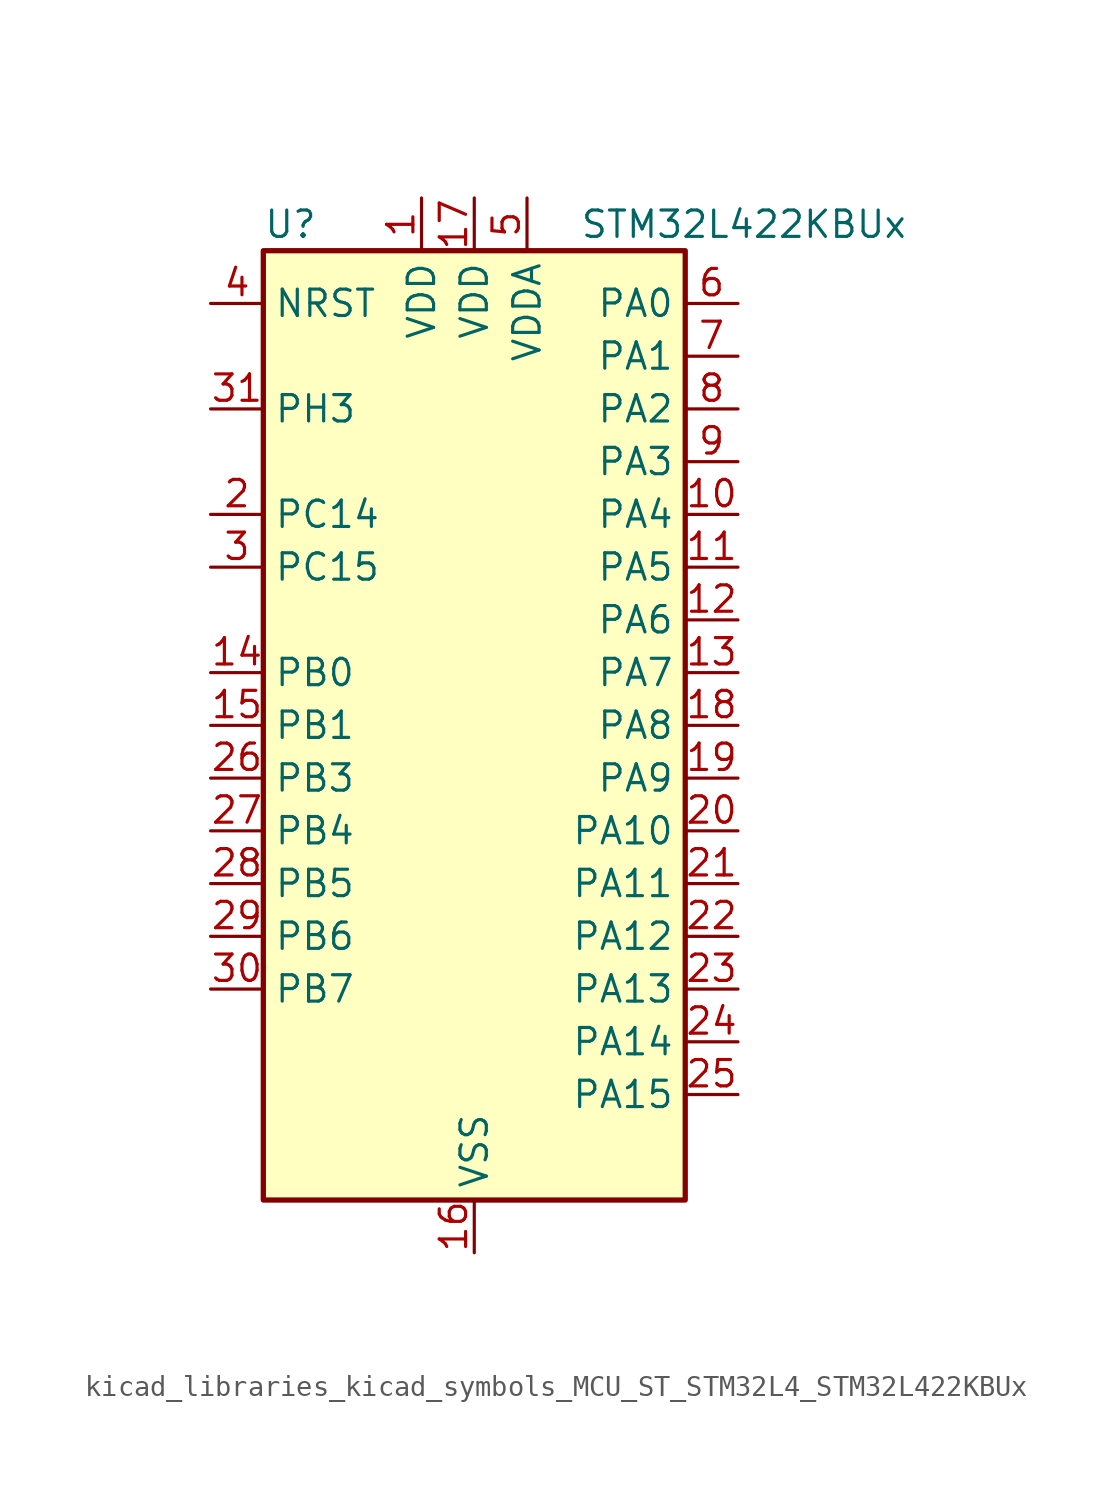
<source format=kicad_sym>
(kicad_symbol_lib
  (version 20220914)
  (generator kicad_symbol_editor)
  (symbol "kicad_libraries_kicad_symbols_MCU_ST_STM32L4_STM32L422KBUx"
    (property "Reference" "U"
      (at -10.16 24.13 0)
      (effects (font (size 1.27 1.27)) (justify left)))
    (property "Value" "STM32L422KBUx"
      (at 5.08 24.13 0)
      (effects (font (size 1.27 1.27)) (justify left)))
    (property "ki_locked" ""
      (at 0 0 0)
      (effects (font (size 1.27 1.27))))
    (symbol "kicad_libraries_kicad_symbols_MCU_ST_STM32L4_STM32L422KBUx_0_1"
      (rectangle (start -10.16 -22.86) (end 10.16 22.86) (stroke (width 0.254) (type default)) (fill (type background))))
    (symbol "kicad_libraries_kicad_symbols_MCU_ST_STM32L4_STM32L422KBUx_1_1"
      (pin power_in line (at -2.54 25.4 270) (length 2.54) (name "VDD" (effects (font (size 1.27 1.27)))) (number "1" (effects (font (size 1.27 1.27)))))
      (pin bidirectional line (at 12.7 10.16 180) (length 2.54) (name "PA4" (effects (font (size 1.27 1.27)))) (number "10" (effects (font (size 1.27 1.27)))) (alternate "ADC1_IN9" bidirectional line) (alternate "ADC2_IN9" bidirectional line) (alternate "COMP1_INM" bidirectional line) (alternate "LPTIM2_OUT" bidirectional line) (alternate "SPI1_NSS" bidirectional line) (alternate "USART2_CK" bidirectional line))
      (pin bidirectional line (at 12.7 7.62 180) (length 2.54) (name "PA5" (effects (font (size 1.27 1.27)))) (number "11" (effects (font (size 1.27 1.27)))) (alternate "ADC1_IN10" bidirectional line) (alternate "ADC2_IN10" bidirectional line) (alternate "COMP1_INM" bidirectional line) (alternate "LPTIM2_ETR" bidirectional line) (alternate "SPI1_SCK" bidirectional line) (alternate "TIM2_CH1" bidirectional line) (alternate "TIM2_ETR" bidirectional line))
      (pin bidirectional line (at 12.7 5.08 180) (length 2.54) (name "PA6" (effects (font (size 1.27 1.27)))) (number "12" (effects (font (size 1.27 1.27)))) (alternate "ADC1_IN11" bidirectional line) (alternate "ADC2_IN11" bidirectional line) (alternate "COMP1_OUT" bidirectional line) (alternate "LPUART1_CTS" bidirectional line) (alternate "QUADSPI_BK1_IO3" bidirectional line) (alternate "SPI1_MISO" bidirectional line) (alternate "TIM16_CH1" bidirectional line) (alternate "TIM1_BKIN" bidirectional line))
      (pin bidirectional line (at 12.7 2.54 180) (length 2.54) (name "PA7" (effects (font (size 1.27 1.27)))) (number "13" (effects (font (size 1.27 1.27)))) (alternate "ADC1_IN12" bidirectional line) (alternate "ADC2_IN12" bidirectional line) (alternate "I2C3_SCL" bidirectional line) (alternate "QUADSPI_BK1_IO2" bidirectional line) (alternate "SPI1_MOSI" bidirectional line) (alternate "TIM1_CH1N" bidirectional line))
      (pin bidirectional line (at -12.7 2.54 0) (length 2.54) (name "PB0" (effects (font (size 1.27 1.27)))) (number "14" (effects (font (size 1.27 1.27)))) (alternate "ADC1_IN15" bidirectional line) (alternate "ADC2_IN15" bidirectional line) (alternate "COMP1_OUT" bidirectional line) (alternate "QUADSPI_BK1_IO1" bidirectional line) (alternate "SPI1_NSS" bidirectional line) (alternate "SYS_TRACED0" bidirectional line) (alternate "TIM1_CH2N" bidirectional line))
      (pin bidirectional line (at -12.7 0 0) (length 2.54) (name "PB1" (effects (font (size 1.27 1.27)))) (number "15" (effects (font (size 1.27 1.27)))) (alternate "ADC1_IN16" bidirectional line) (alternate "ADC2_IN16" bidirectional line) (alternate "COMP1_INM" bidirectional line) (alternate "LPTIM2_IN1" bidirectional line) (alternate "LPUART1_DE" bidirectional line) (alternate "LPUART1_RTS" bidirectional line) (alternate "QUADSPI_BK1_IO0" bidirectional line) (alternate "SYS_TRACED1" bidirectional line) (alternate "TIM1_CH3N" bidirectional line))
      (pin power_in line (at 0 -25.4 90) (length 2.54) (name "VSS" (effects (font (size 1.27 1.27)))) (number "16" (effects (font (size 1.27 1.27)))))
      (pin power_in line (at 0 25.4 270) (length 2.54) (name "VDD" (effects (font (size 1.27 1.27)))) (number "17" (effects (font (size 1.27 1.27)))))
      (pin bidirectional line (at 12.7 0 180) (length 2.54) (name "PA8" (effects (font (size 1.27 1.27)))) (number "18" (effects (font (size 1.27 1.27)))) (alternate "LPTIM2_OUT" bidirectional line) (alternate "RCC_MCO" bidirectional line) (alternate "TIM1_CH1" bidirectional line) (alternate "USART1_CK" bidirectional line))
      (pin bidirectional line (at 12.7 -2.54 180) (length 2.54) (name "PA9" (effects (font (size 1.27 1.27)))) (number "19" (effects (font (size 1.27 1.27)))) (alternate "I2C1_SCL" bidirectional line) (alternate "TIM15_BKIN" bidirectional line) (alternate "TIM1_CH2" bidirectional line) (alternate "USART1_TX" bidirectional line))
      (pin bidirectional line (at -12.7 10.16 0) (length 2.54) (name "PC14" (effects (font (size 1.27 1.27)))) (number "2" (effects (font (size 1.27 1.27)))) (alternate "RCC_OSC32_IN" bidirectional line))
      (pin bidirectional line (at 12.7 -5.08 180) (length 2.54) (name "PA10" (effects (font (size 1.27 1.27)))) (number "20" (effects (font (size 1.27 1.27)))) (alternate "CRS_SYNC" bidirectional line) (alternate "I2C1_SDA" bidirectional line) (alternate "TIM1_CH3" bidirectional line) (alternate "USART1_RX" bidirectional line))
      (pin bidirectional line (at 12.7 -7.62 180) (length 2.54) (name "PA11" (effects (font (size 1.27 1.27)))) (number "21" (effects (font (size 1.27 1.27)))) (alternate "ADC1_EXTI11" bidirectional line) (alternate "ADC2_EXTI11" bidirectional line) (alternate "COMP1_OUT" bidirectional line) (alternate "SPI1_MISO" bidirectional line) (alternate "TIM1_BKIN2" bidirectional line) (alternate "TIM1_BKIN2_COMP1" bidirectional line) (alternate "TIM1_CH4" bidirectional line) (alternate "USART1_CTS" bidirectional line) (alternate "USB_DM" bidirectional line))
      (pin bidirectional line (at 12.7 -10.16 180) (length 2.54) (name "PA12" (effects (font (size 1.27 1.27)))) (number "22" (effects (font (size 1.27 1.27)))) (alternate "SPI1_MOSI" bidirectional line) (alternate "TIM1_ETR" bidirectional line) (alternate "USART1_DE" bidirectional line) (alternate "USART1_RTS" bidirectional line) (alternate "USB_DP" bidirectional line))
      (pin bidirectional line (at 12.7 -12.7 180) (length 2.54) (name "PA13" (effects (font (size 1.27 1.27)))) (number "23" (effects (font (size 1.27 1.27)))) (alternate "IR_OUT" bidirectional line) (alternate "SYS_JTMS-SWDIO" bidirectional line) (alternate "USB_NOE" bidirectional line))
      (pin bidirectional line (at 12.7 -15.24 180) (length 2.54) (name "PA14" (effects (font (size 1.27 1.27)))) (number "24" (effects (font (size 1.27 1.27)))) (alternate "I2C1_SMBA" bidirectional line) (alternate "LPTIM1_OUT" bidirectional line) (alternate "SYS_JTCK-SWCLK" bidirectional line))
      (pin bidirectional line (at 12.7 -17.78 180) (length 2.54) (name "PA15" (effects (font (size 1.27 1.27)))) (number "25" (effects (font (size 1.27 1.27)))) (alternate "ADC1_EXTI15" bidirectional line) (alternate "ADC2_EXTI15" bidirectional line) (alternate "SPI1_NSS" bidirectional line) (alternate "SYS_JTDI" bidirectional line) (alternate "TIM2_CH1" bidirectional line) (alternate "TIM2_ETR" bidirectional line) (alternate "USART2_RX" bidirectional line))
      (pin bidirectional line (at -12.7 -2.54 0) (length 2.54) (name "PB3" (effects (font (size 1.27 1.27)))) (number "26" (effects (font (size 1.27 1.27)))) (alternate "SPI1_SCK" bidirectional line) (alternate "SYS_JTDO-SWO" bidirectional line) (alternate "TIM2_CH2" bidirectional line) (alternate "USART1_DE" bidirectional line) (alternate "USART1_RTS" bidirectional line))
      (pin bidirectional line (at -12.7 -5.08 0) (length 2.54) (name "PB4" (effects (font (size 1.27 1.27)))) (number "27" (effects (font (size 1.27 1.27)))) (alternate "I2C3_SDA" bidirectional line) (alternate "SPI1_MISO" bidirectional line) (alternate "SYS_JTRST" bidirectional line) (alternate "TSC_G2_IO1" bidirectional line) (alternate "USART1_CTS" bidirectional line))
      (pin bidirectional line (at -12.7 -7.62 0) (length 2.54) (name "PB5" (effects (font (size 1.27 1.27)))) (number "28" (effects (font (size 1.27 1.27)))) (alternate "I2C1_SMBA" bidirectional line) (alternate "LPTIM1_IN1" bidirectional line) (alternate "SPI1_MOSI" bidirectional line) (alternate "SYS_TRACED2" bidirectional line) (alternate "TIM16_BKIN" bidirectional line) (alternate "TSC_G2_IO2" bidirectional line) (alternate "USART1_CK" bidirectional line))
      (pin bidirectional line (at -12.7 -10.16 0) (length 2.54) (name "PB6" (effects (font (size 1.27 1.27)))) (number "29" (effects (font (size 1.27 1.27)))) (alternate "I2C1_SCL" bidirectional line) (alternate "LPTIM1_ETR" bidirectional line) (alternate "SYS_TRACED3" bidirectional line) (alternate "TIM16_CH1N" bidirectional line) (alternate "TSC_G2_IO3" bidirectional line) (alternate "USART1_TX" bidirectional line))
      (pin bidirectional line (at -12.7 7.62 0) (length 2.54) (name "PC15" (effects (font (size 1.27 1.27)))) (number "3" (effects (font (size 1.27 1.27)))) (alternate "ADC1_EXTI15" bidirectional line) (alternate "ADC2_EXTI15" bidirectional line) (alternate "RCC_OSC32_OUT" bidirectional line))
      (pin bidirectional line (at -12.7 -12.7 0) (length 2.54) (name "PB7" (effects (font (size 1.27 1.27)))) (number "30" (effects (font (size 1.27 1.27)))) (alternate "I2C1_SDA" bidirectional line) (alternate "LPTIM1_IN2" bidirectional line) (alternate "SYS_PVD_IN" bidirectional line) (alternate "SYS_TRACECLK" bidirectional line) (alternate "TSC_G2_IO4" bidirectional line) (alternate "USART1_RX" bidirectional line))
      (pin bidirectional line (at -12.7 15.24 0) (length 2.54) (name "PH3" (effects (font (size 1.27 1.27)))) (number "31" (effects (font (size 1.27 1.27)))))
      (pin passive line (at 0 -25.4 90) (length 2.54) hide (name "VSS" (effects (font (size 1.27 1.27)))) (number "32" (effects (font (size 1.27 1.27)))))
      (pin passive line (at 0 -25.4 90) (length 2.54) hide (name "VSS" (effects (font (size 1.27 1.27)))) (number "33" (effects (font (size 1.27 1.27)))))
      (pin input line (at -12.7 20.32 0) (length 2.54) (name "NRST" (effects (font (size 1.27 1.27)))) (number "4" (effects (font (size 1.27 1.27)))))
      (pin power_in line (at 2.54 25.4 270) (length 2.54) (name "VDDA" (effects (font (size 1.27 1.27)))) (number "5" (effects (font (size 1.27 1.27)))))
      (pin bidirectional line (at 12.7 20.32 180) (length 2.54) (name "PA0" (effects (font (size 1.27 1.27)))) (number "6" (effects (font (size 1.27 1.27)))) (alternate "ADC1_IN5" bidirectional line) (alternate "COMP1_INM" bidirectional line) (alternate "COMP1_OUT" bidirectional line) (alternate "OPAMP1_VINP" bidirectional line) (alternate "RCC_CK_IN" bidirectional line) (alternate "RTC_TAMP2" bidirectional line) (alternate "SYS_WKUP1" bidirectional line) (alternate "TIM2_CH1" bidirectional line) (alternate "TIM2_ETR" bidirectional line) (alternate "USART2_CTS" bidirectional line))
      (pin bidirectional line (at 12.7 17.78 180) (length 2.54) (name "PA1" (effects (font (size 1.27 1.27)))) (number "7" (effects (font (size 1.27 1.27)))) (alternate "ADC1_IN6" bidirectional line) (alternate "COMP1_INP" bidirectional line) (alternate "I2C1_SMBA" bidirectional line) (alternate "OPAMP1_VINM" bidirectional line) (alternate "SPI1_SCK" bidirectional line) (alternate "TIM15_CH1N" bidirectional line) (alternate "TIM2_CH2" bidirectional line) (alternate "USART2_DE" bidirectional line) (alternate "USART2_RTS" bidirectional line))
      (pin bidirectional line (at 12.7 15.24 180) (length 2.54) (name "PA2" (effects (font (size 1.27 1.27)))) (number "8" (effects (font (size 1.27 1.27)))) (alternate "ADC1_IN7" bidirectional line) (alternate "ADC2_IN7" bidirectional line) (alternate "LPUART1_TX" bidirectional line) (alternate "QUADSPI_BK1_NCS" bidirectional line) (alternate "RCC_LSCO" bidirectional line) (alternate "SYS_WKUP4" bidirectional line) (alternate "TIM15_CH1" bidirectional line) (alternate "TIM2_CH3" bidirectional line) (alternate "USART2_TX" bidirectional line))
      (pin bidirectional line (at 12.7 12.7 180) (length 2.54) (name "PA3" (effects (font (size 1.27 1.27)))) (number "9" (effects (font (size 1.27 1.27)))) (alternate "ADC1_IN8" bidirectional line) (alternate "ADC2_IN8" bidirectional line) (alternate "LPUART1_RX" bidirectional line) (alternate "OPAMP1_VOUT" bidirectional line) (alternate "QUADSPI_CLK" bidirectional line) (alternate "TIM15_CH2" bidirectional line) (alternate "TIM2_CH4" bidirectional line) (alternate "USART2_RX" bidirectional line)))))
</source>
